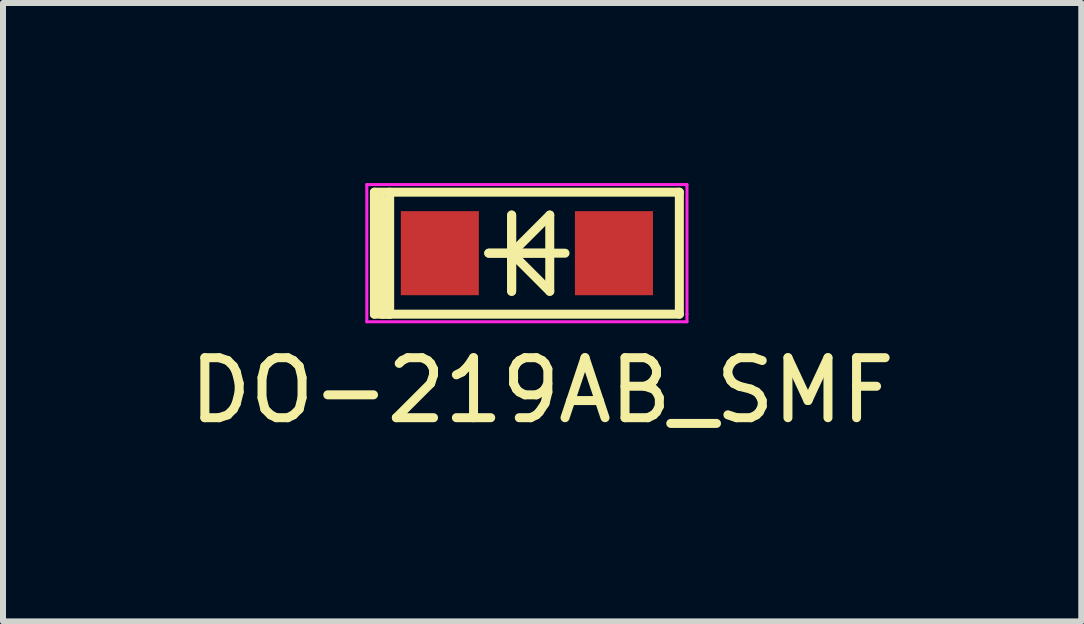
<source format=kicad_pcb>
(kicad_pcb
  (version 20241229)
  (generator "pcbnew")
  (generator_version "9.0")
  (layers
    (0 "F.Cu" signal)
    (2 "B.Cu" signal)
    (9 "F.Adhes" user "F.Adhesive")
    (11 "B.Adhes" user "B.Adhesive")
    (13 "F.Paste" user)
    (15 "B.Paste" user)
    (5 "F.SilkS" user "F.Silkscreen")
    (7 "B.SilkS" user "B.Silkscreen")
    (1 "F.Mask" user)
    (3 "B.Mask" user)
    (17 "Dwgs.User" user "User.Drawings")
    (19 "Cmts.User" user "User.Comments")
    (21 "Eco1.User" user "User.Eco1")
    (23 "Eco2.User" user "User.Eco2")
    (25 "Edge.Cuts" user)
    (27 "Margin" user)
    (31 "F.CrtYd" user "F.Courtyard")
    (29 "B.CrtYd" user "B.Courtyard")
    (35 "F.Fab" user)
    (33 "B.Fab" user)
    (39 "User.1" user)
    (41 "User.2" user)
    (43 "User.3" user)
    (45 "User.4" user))
  (footprint "DO-219AB_SMF"
    (layer "F.Cu")
    (at 5.728 1.168)
    (property "Reference" "DO-219AB_SMF" (at 0.254 2.286 0) (layer "F.SilkS") (effects (font (size 1 1) (thickness 0.15))))
    (attr through_hole)
    (fp_line (start -2.54 -1.016) (end -2.54 1.016) (stroke (width 0.15) (type solid)) (layer "F.SilkS"))
    (fp_line (start -2.54 -1.016) (end 2.54 -1.016) (stroke (width 0.05) (type solid)) (layer "F.SilkS"))
    (fp_line (start -2.54 1.016) (end -2.54 -1.016) (stroke (width 0.05) (type solid)) (layer "F.SilkS"))
    (fp_line (start -2.54 1.016) (end -2.286 1.016) (stroke (width 0.15) (type solid)) (layer "F.SilkS"))
    (fp_line (start -2.413 1.016) (end -2.413 -0.889) (stroke (width 0.15) (type solid)) (layer "F.SilkS"))
    (fp_line (start -2.286 -1.016) (end -2.286 1.016) (stroke (width 0.15) (type solid)) (layer "F.SilkS"))
    (fp_line (start -2.286 1.016) (end -2.413 1.016) (stroke (width 0.15) (type solid)) (layer "F.SilkS"))
    (fp_line (start -2.286 1.016) (end 2.54 1.016) (stroke (width 0.15) (type solid)) (layer "F.SilkS"))
    (fp_line (start -0.635 0) (end 0.635 0) (stroke (width 0.15) (type solid)) (layer "F.SilkS"))
    (fp_line (start -0.254 -0.635) (end -0.254 0.635) (stroke (width 0.15) (type solid)) (layer "F.SilkS"))
    (fp_line (start -0.254 0) (end -0.635 0) (stroke (width 0.15) (type solid)) (layer "F.SilkS"))
    (fp_line (start -0.254 0) (end -0.254 -0.635) (stroke (width 0.15) (type solid)) (layer "F.SilkS"))
    (fp_line (start -0.254 0) (end 0.381 0.635) (stroke (width 0.15) (type solid)) (layer "F.SilkS"))
    (fp_line (start -0.254 0.635) (end -0.254 0) (stroke (width 0.15) (type solid)) (layer "F.SilkS"))
    (fp_line (start 0.381 -0.635) (end -0.254 0) (stroke (width 0.15) (type solid)) (layer "F.SilkS"))
    (fp_line (start 0.381 0) (end -0.254 0) (stroke (width 0.15) (type solid)) (layer "F.SilkS"))
    (fp_line (start 0.381 0) (end 0.381 -0.635) (stroke (width 0.15) (type solid)) (layer "F.SilkS"))
    (fp_line (start 0.381 0.635) (end 0.381 0) (stroke (width 0.15) (type solid)) (layer "F.SilkS"))
    (fp_line (start 2.54 -1.016) (end -2.54 -1.016) (stroke (width 0.15) (type solid)) (layer "F.SilkS"))
    (fp_line (start 2.54 -1.016) (end 2.54 1.016) (stroke (width 0.05) (type solid)) (layer "F.SilkS"))
    (fp_line (start 2.54 1.016) (end -2.54 1.016) (stroke (width 0.05) (type solid)) (layer "F.SilkS"))
    (fp_line (start 2.54 1.016) (end 2.54 -1.016) (stroke (width 0.15) (type solid)) (layer "F.SilkS"))
    (fp_line (start -2.667 -1.143) (end 2.667 -1.143) (stroke (width 0.05) (type solid)) (layer "F.CrtYd"))
    (fp_line (start -2.667 1.143) (end -2.667 -1.143) (stroke (width 0.05) (type solid)) (layer "F.CrtYd"))
    (fp_line (start 2.667 -1.143) (end 2.667 1.016) (stroke (width 0.05) (type solid)) (layer "F.CrtYd"))
    (fp_line (start 2.667 1.016) (end 2.667 1.143) (stroke (width 0.05) (type solid)) (layer "F.CrtYd"))
    (fp_line (start 2.667 1.143) (end -2.667 1.143) (stroke (width 0.05) (type solid)) (layer "F.CrtYd"))
    (pad "1" smd rect (at -1.45 0) (size 1.3 1.4) (layers "F.Cu" "F.Mask" "F.Paste"))
    (pad "2" smd rect (at 1.45 0) (size 1.3 1.4) (layers "F.Cu" "F.Mask" "F.Paste")))
  (gr_rect
    (start -3 -3)
    (end 14.964 7.302)
    (stroke (width 0.1) (type default))
    (fill no)
    (layer "Edge.Cuts")))
</source>
